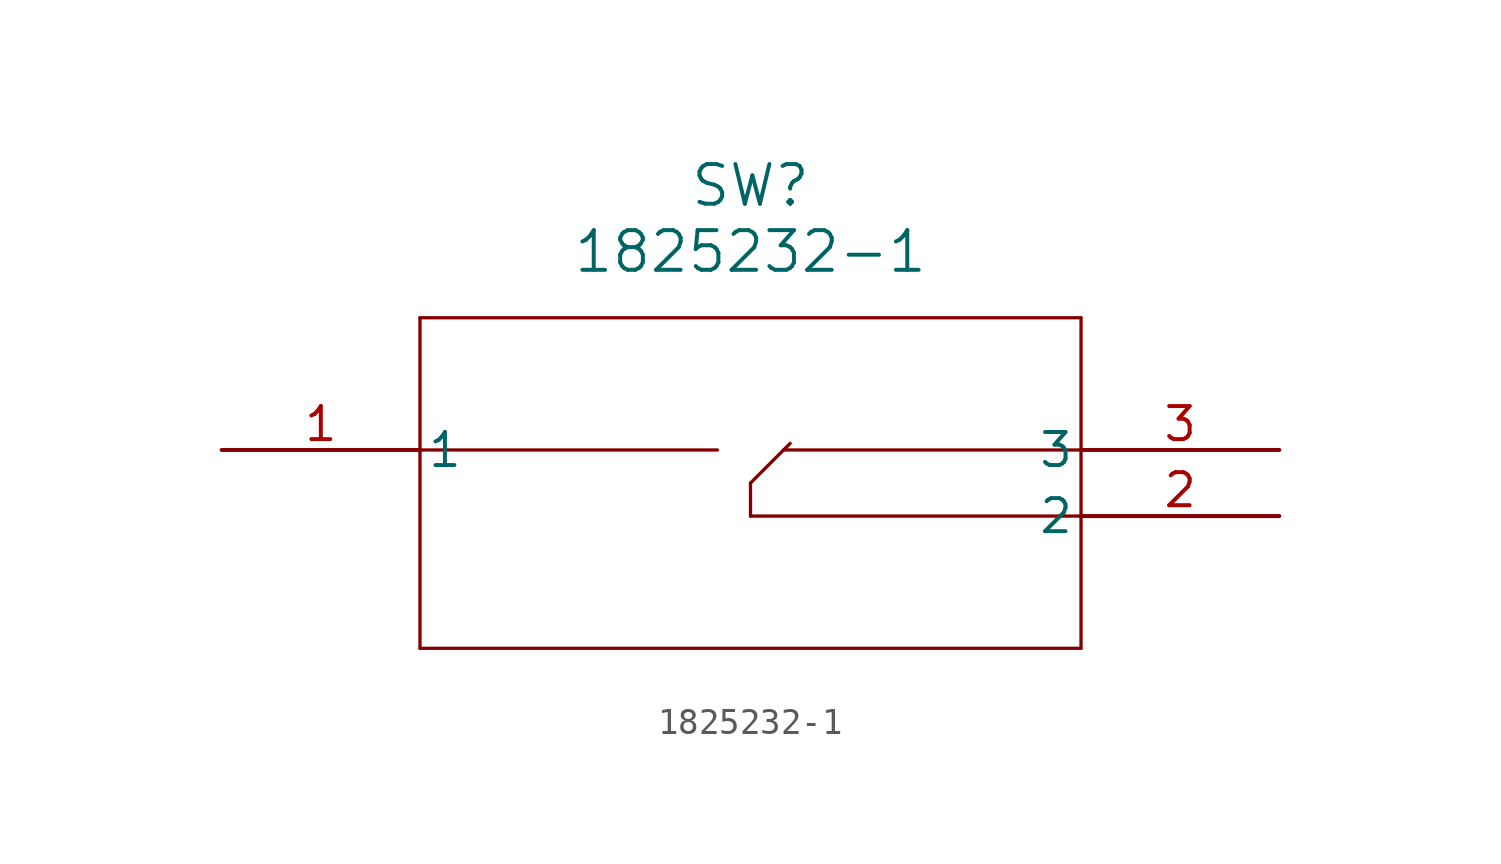
<source format=kicad_sym>
(kicad_symbol_lib
  (version 20211014)
  (generator kicad_symbol_editor)
  (symbol "1825232-1"
    (pin_names
      (offset 0.254))
    (property "Reference" "SW"
      (at 20.32 10.16 0)
      (effects (font (size 1.524 1.524))))
    (property "Value" "1825232-1"
      (at 20.32 7.62 0)
      (effects (font (size 1.524 1.524))))
    (symbol "1825232-1_0_1"
      (polyline (pts (xy 7.62 5.08) (xy 7.62 -7.62)) (stroke (width 0.127) (type default) (color 0 0 0 0)) (fill (type none)))
      (polyline (pts (xy 7.62 -7.62) (xy 33.02 -7.62)) (stroke (width 0.127) (type default) (color 0 0 0 0)) (fill (type none)))
      (polyline (pts (xy 33.02 -7.62) (xy 33.02 5.08)) (stroke (width 0.127) (type default) (color 0 0 0 0)) (fill (type none)))
      (polyline (pts (xy 33.02 5.08) (xy 7.62 5.08)) (stroke (width 0.127) (type default) (color 0 0 0 0)) (fill (type none)))
      (polyline (pts (xy 7.62 0) (xy 19.05 0)) (stroke (width 0.127) (type default) (color 0 0 0 0)) (fill (type none)))
      (polyline (pts (xy 21.59 0) (xy 33.02 0)) (stroke (width 0.127) (type default) (color 0 0 0 0)) (fill (type none)))
      (polyline (pts (xy 33.02 -2.54) (xy 20.32 -2.54)) (stroke (width 0.127) (type default) (color 0 0 0 0)) (fill (type none)))
      (polyline (pts (xy 20.32 -1.27) (xy 20.32 -2.54)) (stroke (width 0.127) (type default) (color 0 0 0 0)) (fill (type none)))
      (polyline (pts (xy 21.844 0.254) (xy 20.32 -1.27)) (stroke (width 0.127) (type default) (color 0 0 0 0)) (fill (type none)))
      (pin unspecified line (at 0 0 0) (length 7.62) (name "1" (effects (font (size 1.27 1.27)))) (number "1" (effects (font (size 1.27 1.27)))))
      (pin unspecified line (at 40.64 -2.54 180) (length 7.62) (name "2" (effects (font (size 1.27 1.27)))) (number "2" (effects (font (size 1.27 1.27)))))
      (pin unspecified line (at 40.64 0 180) (length 7.62) (name "3" (effects (font (size 1.27 1.27)))) (number "3" (effects (font (size 1.27 1.27))))))))
</source>
